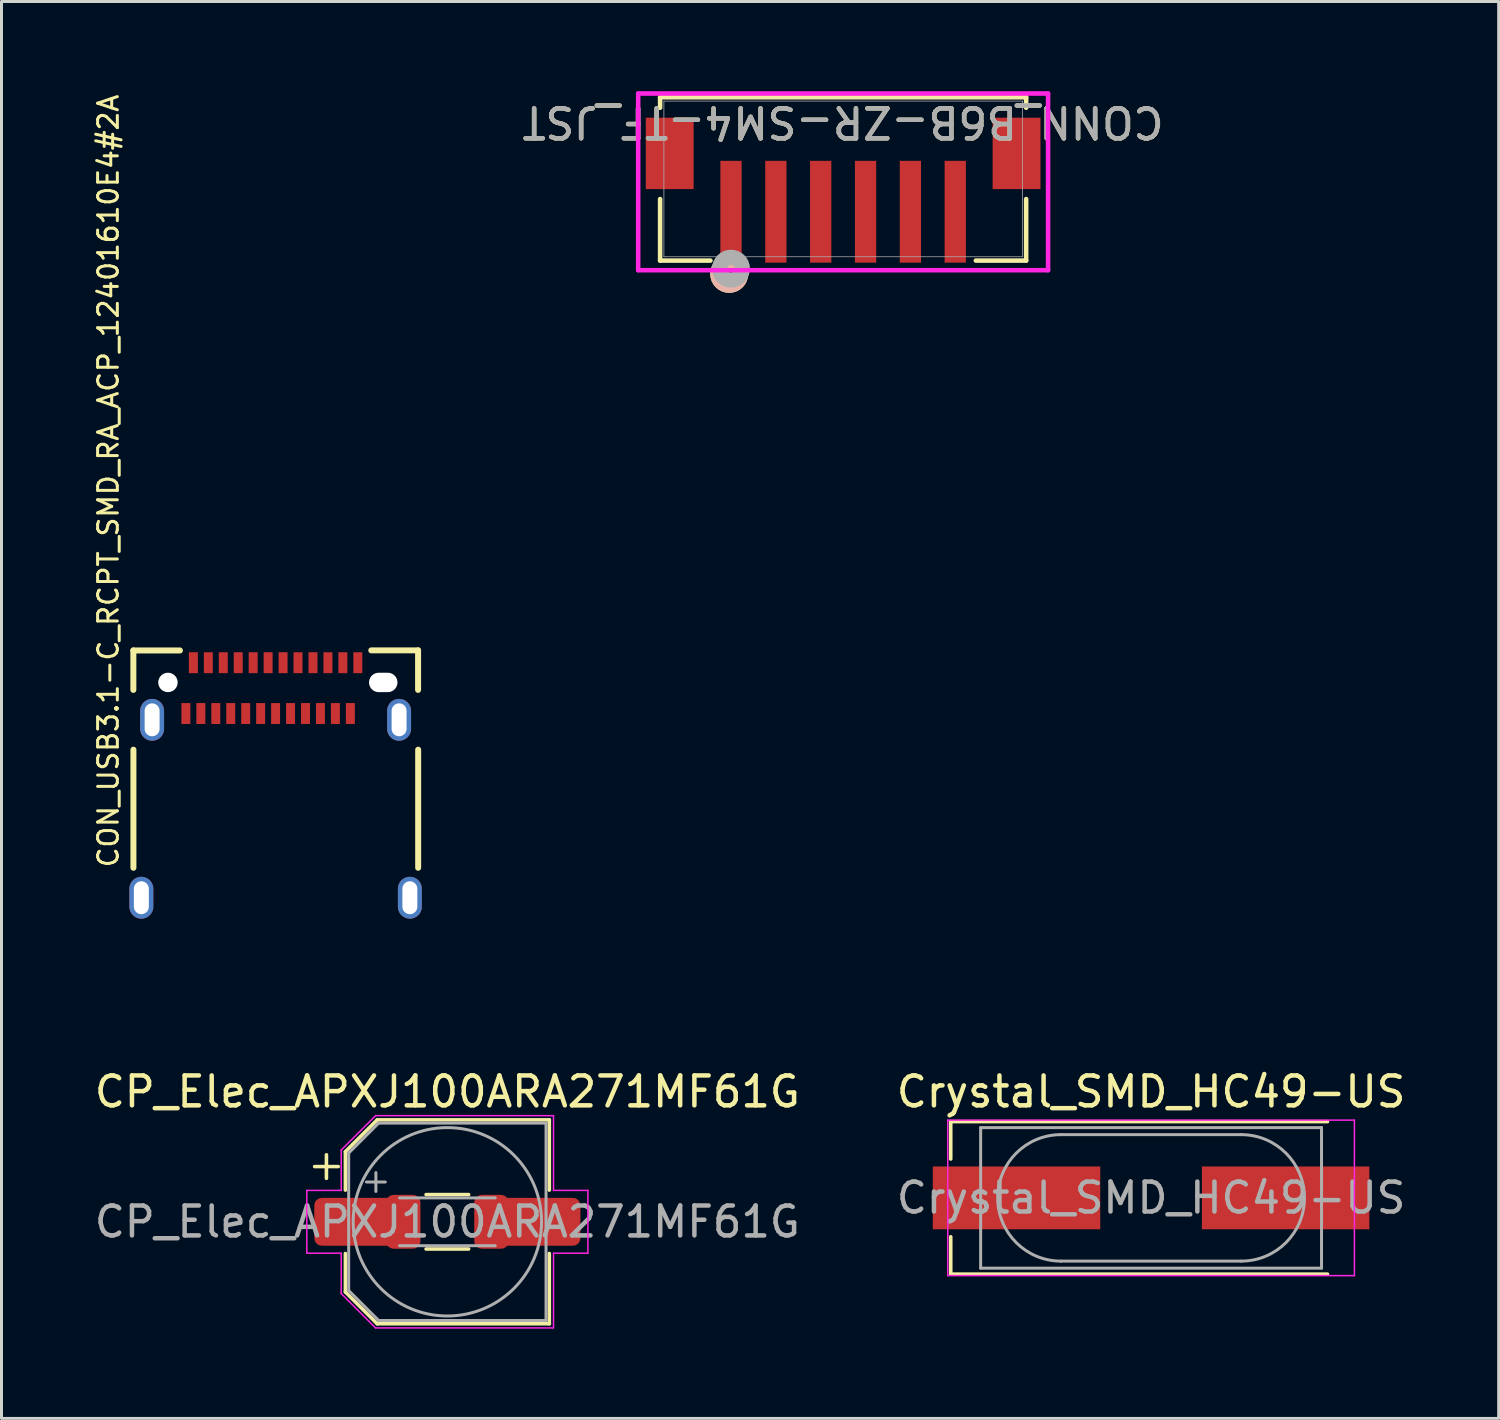
<source format=kicad_pcb>
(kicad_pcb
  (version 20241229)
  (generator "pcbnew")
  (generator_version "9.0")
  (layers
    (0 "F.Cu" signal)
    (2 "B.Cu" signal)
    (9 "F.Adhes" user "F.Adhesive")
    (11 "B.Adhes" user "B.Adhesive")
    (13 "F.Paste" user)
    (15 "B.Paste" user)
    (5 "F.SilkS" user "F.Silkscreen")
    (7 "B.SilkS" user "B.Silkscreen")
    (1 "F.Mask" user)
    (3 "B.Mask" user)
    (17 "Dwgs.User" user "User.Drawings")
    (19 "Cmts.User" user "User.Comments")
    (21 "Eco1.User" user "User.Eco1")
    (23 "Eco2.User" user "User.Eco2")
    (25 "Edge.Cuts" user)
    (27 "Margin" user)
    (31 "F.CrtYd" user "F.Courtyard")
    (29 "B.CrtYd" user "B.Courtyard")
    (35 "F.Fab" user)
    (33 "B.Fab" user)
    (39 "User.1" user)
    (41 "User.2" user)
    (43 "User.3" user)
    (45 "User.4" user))
  (footprint "CON_USB3.1-C_RCPT_SMD_RA_ACP_12401610E4#2A"
    (layer "F.Cu")
    (at 6.167 24.113)
    (property "Reference" "CON_USB3.1-C_RCPT_SMD_RA_ACP_12401610E4#2A" (at -5.207 1.905 90) (unlocked yes) (layer "F.SilkS") (effects (font (size 0.66 0.66) (thickness 0.1) (bold yes)) (justify left bottom)))
    (attr through_hole)
    (fp_line (start -4.757 -5.41) (end -3.2 -5.41) (stroke (width 0.2) (type solid)) (layer "F.SilkS"))
    (fp_line (start -4.757 -4.09) (end -4.757 -5.41) (stroke (width 0.2) (type solid)) (layer "F.SilkS"))
    (fp_line (start -4.755 1.859) (end -4.755 -2.091) (stroke (width 0.2) (type solid)) (layer "F.SilkS"))
    (fp_line (start 3.2 -5.413) (end 4.765 -5.413) (stroke (width 0.2) (type solid)) (layer "F.SilkS"))
    (fp_line (start 4.765 -4.09) (end 4.765 -5.413) (stroke (width 0.2) (type solid)) (layer "F.SilkS"))
    (fp_line (start 4.768 1.859) (end 4.768 -2.091) (stroke (width 0.2) (type solid)) (layer "F.SilkS"))
    (fp_line (start -5.09 -5.6) (end 5.09 -5.6) (stroke (width 0.1) (type solid)) (layer "Eco1.User"))
    (fp_line (start -5.09 5.45) (end -5.09 -5.55) (stroke (width 0.1) (type solid)) (layer "Eco1.User"))
    (fp_line (start -5.09 5.45) (end 5.09 5.45) (stroke (width 0.1) (type solid)) (layer "Eco1.User"))
    (fp_line (start -0.35 0) (end 0.35 0) (stroke (width 0.1) (type solid)) (layer "Eco1.User"))
    (fp_line (start 0 0.35) (end 0 -0.35) (stroke (width 0.1) (type solid)) (layer "Eco1.User"))
    (fp_line (start 5.09 5.45) (end 5.09 -5.55) (stroke (width 0.1) (type solid)) (layer "Eco1.User"))
    (fp_line (start -4.6 -5.25) (end 4.6 -5.25) (stroke (width 0.1) (type solid)) (layer "Eco2.User"))
    (fp_line (start -4.6 5.25) (end -4.6 -5.25) (stroke (width 0.1) (type solid)) (layer "Eco2.User"))
    (fp_line (start -4.6 5.25) (end 4.6 5.25) (stroke (width 0.1) (type solid)) (layer "Eco2.User"))
    (fp_line (start 4.6 5.25) (end 4.6 -5.25) (stroke (width 0.1) (type solid)) (layer "Eco2.User"))
    (pad "" np_thru_hole circle (at -3.6 -4.34) (size 0.65 0.65) (drill 0.65) (layers "*.Cu" "*.Mask"))
    (pad "" np_thru_hole oval (at 3.6 -4.34) (size 0.95 0.65) (drill oval 0.95 0.65) (layers "*.Cu" "*.Mask"))
    (pad "25" thru_hole oval (at -4.49 2.86 90) (size 1.4 0.8) (drill oval 1.1 0.5) (layers "*.Cu" "*.Mask"))
    (pad "25" thru_hole oval (at -4.13 -3.09 90) (size 1.4 0.8) (drill oval 1.1 0.5) (layers "*.Cu" "*.Mask"))
    (pad "25" thru_hole oval (at 4.13 -3.09 90) (size 1.4 0.8) (drill oval 1.1 0.5) (layers "*.Cu" "*.Mask"))
    (pad "25" thru_hole oval (at 4.49 2.86 90) (size 1.4 0.8) (drill oval 1.1 0.5) (layers "*.Cu" "*.Mask"))
    (pad "A1" smd rect (at -2.75 -5 90) (size 0.7 0.3) (layers "F.Cu" "F.Mask" "F.Paste"))
    (pad "A2" smd rect (at -2.25 -5 90) (size 0.7 0.3) (layers "F.Cu" "F.Mask" "F.Paste"))
    (pad "A3" smd rect (at -1.75 -5 90) (size 0.7 0.3) (layers "F.Cu" "F.Mask" "F.Paste"))
    (pad "A4" smd rect (at -1.25 -5 90) (size 0.7 0.3) (layers "F.Cu" "F.Mask" "F.Paste"))
    (pad "A5" smd rect (at -0.75 -5 90) (size 0.7 0.3) (layers "F.Cu" "F.Mask" "F.Paste"))
    (pad "A6" smd rect (at -0.25 -5 90) (size 0.7 0.3) (layers "F.Cu" "F.Mask" "F.Paste"))
    (pad "A7" smd rect (at 0.25 -5 90) (size 0.7 0.3) (layers "F.Cu" "F.Mask" "F.Paste"))
    (pad "A8" smd rect (at 0.75 -5 90) (size 0.7 0.3) (layers "F.Cu" "F.Mask" "F.Paste"))
    (pad "A9" smd rect (at 1.25 -5 90) (size 0.7 0.3) (layers "F.Cu" "F.Mask" "F.Paste"))
    (pad "A10" smd rect (at 1.75 -5 90) (size 0.7 0.3) (layers "F.Cu" "F.Mask" "F.Paste"))
    (pad "A11" smd rect (at 2.25 -5 90) (size 0.7 0.3) (layers "F.Cu" "F.Mask" "F.Paste"))
    (pad "A12" smd rect (at 2.75 -5 90) (size 0.7 0.3) (layers "F.Cu" "F.Mask" "F.Paste"))
    (pad "B1" smd rect (at 2.5 -3.3 90) (size 0.7 0.3) (layers "F.Cu" "F.Mask" "F.Paste"))
    (pad "B2" smd rect (at 2 -3.3 90) (size 0.7 0.3) (layers "F.Cu" "F.Mask" "F.Paste"))
    (pad "B3" smd rect (at 1.5 -3.3 90) (size 0.7 0.3) (layers "F.Cu" "F.Mask" "F.Paste"))
    (pad "B4" smd rect (at 1 -3.3 90) (size 0.7 0.3) (layers "F.Cu" "F.Mask" "F.Paste"))
    (pad "B5" smd rect (at 0.5 -3.3 90) (size 0.7 0.3) (layers "F.Cu" "F.Mask" "F.Paste"))
    (pad "B6" smd rect (at 0 -3.3 90) (size 0.7 0.3) (layers "F.Cu" "F.Mask" "F.Paste"))
    (pad "B7" smd rect (at -0.5 -3.3 90) (size 0.7 0.3) (layers "F.Cu" "F.Mask" "F.Paste"))
    (pad "B8" smd rect (at -1 -3.3 90) (size 0.7 0.3) (layers "F.Cu" "F.Mask" "F.Paste"))
    (pad "B9" smd rect (at -1.5 -3.3 90) (size 0.7 0.3) (layers "F.Cu" "F.Mask" "F.Paste"))
    (pad "B10" smd rect (at -2 -3.3 90) (size 0.7 0.3) (layers "F.Cu" "F.Mask" "F.Paste"))
    (pad "B11" smd rect (at -2.5 -3.3 90) (size 0.7 0.3) (layers "F.Cu" "F.Mask" "F.Paste"))
    (pad "B12" smd rect (at -3 -3.3 90) (size 0.7 0.3) (layers "F.Cu" "F.Mask" "F.Paste")))
  (footprint "CONN_B6B-ZR-SM4-TF_JST"
    (layer "F.Cu")
    (at 25.147 2.934)
    (property "Reference" "CONN_B6B-ZR-SM4-TF_JST" (at 0 -1.905 180) (unlocked yes) (layer "F.SilkS") (effects (font (size 1 1) (thickness 0.15))))
    (attr smd)
    (fp_line (start -6.121 -2.731) (end -6.121 -2.38) (stroke (width 0.152) (type solid)) (layer "F.SilkS"))
    (fp_line (start -6.121 0.673) (end -6.121 2.731) (stroke (width 0.152) (type solid)) (layer "F.SilkS"))
    (fp_line (start -6.121 2.731) (end -4.438 2.731) (stroke (width 0.152) (type solid)) (layer "F.SilkS"))
    (fp_line (start 4.438 2.731) (end 6.121 2.731) (stroke (width 0.152) (type solid)) (layer "F.SilkS"))
    (fp_line (start 6.121 -2.731) (end -6.121 -2.731) (stroke (width 0.152) (type solid)) (layer "F.SilkS"))
    (fp_line (start 6.121 -2.38) (end 6.121 -2.731) (stroke (width 0.152) (type solid)) (layer "F.SilkS"))
    (fp_line (start 6.121 2.731) (end 6.121 0.673) (stroke (width 0.152) (type solid)) (layer "F.SilkS"))
    (fp_circle (center -3.81 3.175) (end -3.429 3.175) (stroke (width 0.508) (type solid)) (fill no) (layer "F.SilkS"))
    (fp_circle (center -3.81 3.175) (end -3.429 3.175) (stroke (width 0.508) (type solid)) (fill no) (layer "B.SilkS"))
    (fp_line (start -6.854 -2.857) (end -6.854 3.052) (stroke (width 0.152) (type solid)) (layer "F.CrtYd"))
    (fp_line (start -6.854 3.052) (end 6.854 3.052) (stroke (width 0.152) (type solid)) (layer "F.CrtYd"))
    (fp_line (start 6.854 -2.857) (end -6.854 -2.857) (stroke (width 0.152) (type solid)) (layer "F.CrtYd"))
    (fp_line (start 6.854 3.052) (end 6.854 -2.857) (stroke (width 0.152) (type solid)) (layer "F.CrtYd"))
    (fp_line (start -5.994 -2.603) (end -5.994 2.603) (stroke (width 0.025) (type solid)) (layer "F.Fab"))
    (fp_line (start -5.994 2.603) (end 5.994 2.603) (stroke (width 0.025) (type solid)) (layer "F.Fab"))
    (fp_line (start 5.994 -2.603) (end -5.994 -2.603) (stroke (width 0.025) (type solid)) (layer "F.Fab"))
    (fp_line (start 5.994 2.603) (end 5.994 -2.603) (stroke (width 0.025) (type solid)) (layer "F.Fab"))
    (fp_circle (center -3.75 3.002) (end -3.369 3.002) (stroke (width 0.508) (type solid)) (fill no) (layer "F.Fab"))
    (fp_text user "${REFERENCE}" (at 0 -1.905 180) (unlocked yes) (layer "F.Fab") (effects (font (size 1 1) (thickness 0.15))))
    (pad "1" smd rect (at -3.75 1.097 180) (size 0.711 3.404) (layers "F.Cu" "F.Mask" "F.Paste"))
    (pad "2" smd rect (at -2.25 1.097 180) (size 0.711 3.404) (layers "F.Cu" "F.Mask" "F.Paste"))
    (pad "3" smd rect (at -0.75 1.097 180) (size 0.711 3.404) (layers "F.Cu" "F.Mask" "F.Paste"))
    (pad "4" smd rect (at 0.75 1.097 180) (size 0.711 3.404) (layers "F.Cu" "F.Mask" "F.Paste"))
    (pad "5" smd rect (at 2.25 1.097 180) (size 0.711 3.404) (layers "F.Cu" "F.Mask" "F.Paste"))
    (pad "6" smd rect (at 3.75 1.097 180) (size 0.711 3.404) (layers "F.Cu" "F.Mask" "F.Paste"))
    (pad "MP" smd rect (at -5.8 -0.854 180) (size 1.6 2.388) (layers "F.Cu" "F.Mask" "F.Paste"))
    (pad "MP" smd rect (at 5.8 -0.854 180) (size 1.6 2.388) (layers "F.Cu" "F.Mask" "F.Paste")))
  (footprint "CP_Elec_APXJ100ARA271MF61G"
    (layer "F.Cu")
    (at 11.911 37.811)
    (property "Reference" "CP_Elec_APXJ100ARA271MF61G" (at 0 -4.35 0) (layer "F.SilkS") (effects (font (size 1 1) (thickness 0.15))))
    (attr smd)
    (fp_line (start -4.438 -1.847) (end -3.65 -1.847) (stroke (width 0.12) (type solid)) (layer "F.SilkS"))
    (fp_line (start -4.044 -2.241) (end -4.044 -1.454) (stroke (width 0.12) (type solid)) (layer "F.SilkS"))
    (fp_line (start -3.41 -2.346) (end -3.41 -1.06) (stroke (width 0.12) (type solid)) (layer "F.SilkS"))
    (fp_line (start -3.41 -2.346) (end -2.346 -3.41) (stroke (width 0.12) (type solid)) (layer "F.SilkS"))
    (fp_line (start -3.41 2.346) (end -3.41 1.06) (stroke (width 0.12) (type solid)) (layer "F.SilkS"))
    (fp_line (start -3.41 2.346) (end -2.346 3.41) (stroke (width 0.12) (type solid)) (layer "F.SilkS"))
    (fp_line (start -2.346 -3.41) (end 3.41 -3.41) (stroke (width 0.12) (type solid)) (layer "F.SilkS"))
    (fp_line (start -2.346 3.41) (end 3.41 3.41) (stroke (width 0.12) (type solid)) (layer "F.SilkS"))
    (fp_line (start -0.711 -0.91) (end 0.711 -0.91) (stroke (width 0.12) (type solid)) (layer "F.SilkS"))
    (fp_line (start -0.711 0.91) (end 0.711 0.91) (stroke (width 0.12) (type solid)) (layer "F.SilkS"))
    (fp_line (start 3.41 -3.41) (end 3.41 -1.06) (stroke (width 0.12) (type solid)) (layer "F.SilkS"))
    (fp_line (start 3.41 3.41) (end 3.41 1.06) (stroke (width 0.12) (type solid)) (layer "F.SilkS"))
    (fp_line (start -4.7 -1.05) (end -4.7 1.05) (stroke (width 0.05) (type solid)) (layer "F.CrtYd"))
    (fp_line (start -4.7 1.05) (end -3.55 1.05) (stroke (width 0.05) (type solid)) (layer "F.CrtYd"))
    (fp_line (start -3.55 -2.4) (end -3.55 -1.05) (stroke (width 0.05) (type solid)) (layer "F.CrtYd"))
    (fp_line (start -3.55 -2.4) (end -2.4 -3.55) (stroke (width 0.05) (type solid)) (layer "F.CrtYd"))
    (fp_line (start -3.55 -1.05) (end -4.7 -1.05) (stroke (width 0.05) (type solid)) (layer "F.CrtYd"))
    (fp_line (start -3.55 1.05) (end -3.55 2.4) (stroke (width 0.05) (type solid)) (layer "F.CrtYd"))
    (fp_line (start -3.55 2.4) (end -2.4 3.55) (stroke (width 0.05) (type solid)) (layer "F.CrtYd"))
    (fp_line (start -2.4 -3.55) (end 3.55 -3.55) (stroke (width 0.05) (type solid)) (layer "F.CrtYd"))
    (fp_line (start -2.4 3.55) (end 3.55 3.55) (stroke (width 0.05) (type solid)) (layer "F.CrtYd"))
    (fp_line (start 3.55 -3.55) (end 3.55 -1.05) (stroke (width 0.05) (type solid)) (layer "F.CrtYd"))
    (fp_line (start 3.55 -1.05) (end 4.7 -1.05) (stroke (width 0.05) (type solid)) (layer "F.CrtYd"))
    (fp_line (start 3.55 1.05) (end 3.55 3.55) (stroke (width 0.05) (type solid)) (layer "F.CrtYd"))
    (fp_line (start 4.7 -1.05) (end 4.7 1.05) (stroke (width 0.05) (type solid)) (layer "F.CrtYd"))
    (fp_line (start 4.7 1.05) (end 3.55 1.05) (stroke (width 0.05) (type solid)) (layer "F.CrtYd"))
    (fp_line (start -3.3 -2.3) (end -3.3 2.3) (stroke (width 0.1) (type solid)) (layer "F.Fab"))
    (fp_line (start -3.3 -2.3) (end -2.3 -3.3) (stroke (width 0.1) (type solid)) (layer "F.Fab"))
    (fp_line (start -3.3 2.3) (end -2.3 3.3) (stroke (width 0.1) (type solid)) (layer "F.Fab"))
    (fp_line (start -2.705 -1.33) (end -2.075 -1.33) (stroke (width 0.1) (type solid)) (layer "F.Fab"))
    (fp_line (start -2.39 -1.645) (end -2.39 -1.015) (stroke (width 0.1) (type solid)) (layer "F.Fab"))
    (fp_line (start -2.3 -3.3) (end 3.3 -3.3) (stroke (width 0.1) (type solid)) (layer "F.Fab"))
    (fp_line (start -2.3 3.3) (end 3.3 3.3) (stroke (width 0.1) (type solid)) (layer "F.Fab"))
    (fp_line (start -1.6 -0.8) (end 1.6 -0.8) (stroke (width 0.1) (type solid)) (layer "F.Fab"))
    (fp_line (start 1.6 0.8) (end -1.6 0.8) (stroke (width 0.1) (type solid)) (layer "F.Fab"))
    (fp_line (start 3.3 -3.3) (end 3.3 3.3) (stroke (width 0.1) (type solid)) (layer "F.Fab"))
    (fp_circle (center 0 0) (end 3.15 0) (stroke (width 0.1) (type solid)) (fill no) (layer "F.Fab"))
    (fp_text user "${REFERENCE}" (at 0 0 0) (layer "F.Fab") (effects (font (size 1 1) (thickness 0.15))))
    (pad "1" smd roundrect (at -2.7 0) (size 3.5 1.6) (layers "F.Cu" "F.Mask" "F.Paste") (roundrect_rratio 0.156))
    (pad "1" smd roundrect (at -1.475 0) (size 1.15 1.8) (layers "F.Cu" "F.Mask" "F.Paste") (roundrect_rratio 0.217))
    (pad "2" smd roundrect (at 1.475 0) (size 1.15 1.8) (layers "F.Cu" "F.Mask" "F.Paste") (roundrect_rratio 0.217))
    (pad "2" smd roundrect (at 2.7 0) (size 3.5 1.6) (layers "F.Cu" "F.Mask" "F.Paste") (roundrect_rratio 0.156)))
  (footprint "Crystal_SMD_HC49-US"
    (layer "F.Cu")
    (at 35.446 37.011)
    (property "Reference" "Crystal_SMD_HC49-US" (at 0 -3.55 0) (layer "F.SilkS") (effects (font (size 1 1) (thickness 0.15))))
    (attr smd)
    (fp_line (start -6.7 -2.55) (end -6.7 -1.3) (stroke (width 0.12) (type solid)) (layer "F.SilkS"))
    (fp_line (start -6.7 1.3) (end -6.7 2.55) (stroke (width 0.12) (type solid)) (layer "F.SilkS"))
    (fp_line (start -6.7 2.55) (end 5.9 2.55) (stroke (width 0.12) (type solid)) (layer "F.SilkS"))
    (fp_line (start 5.9 -2.55) (end -6.7 -2.55) (stroke (width 0.12) (type solid)) (layer "F.SilkS"))
    (fp_line (start -6.8 -2.6) (end -6.8 2.6) (stroke (width 0.05) (type solid)) (layer "F.CrtYd"))
    (fp_line (start -6.8 2.6) (end 6.8 2.6) (stroke (width 0.05) (type solid)) (layer "F.CrtYd"))
    (fp_line (start 6.8 -2.6) (end -6.8 -2.6) (stroke (width 0.05) (type solid)) (layer "F.CrtYd"))
    (fp_line (start 6.8 2.6) (end 6.8 -2.6) (stroke (width 0.05) (type solid)) (layer "F.CrtYd"))
    (fp_line (start -5.7 -2.35) (end -5.7 2.35) (stroke (width 0.1) (type solid)) (layer "F.Fab"))
    (fp_line (start -5.7 2.35) (end 5.7 2.35) (stroke (width 0.1) (type solid)) (layer "F.Fab"))
    (fp_line (start -3.015 -2.115) (end 3.015 -2.115) (stroke (width 0.1) (type solid)) (layer "F.Fab"))
    (fp_line (start -3.015 2.115) (end 3.015 2.115) (stroke (width 0.1) (type solid)) (layer "F.Fab"))
    (fp_line (start 5.7 -2.35) (end -5.7 -2.35) (stroke (width 0.1) (type solid)) (layer "F.Fab"))
    (fp_line (start 5.7 2.35) (end 5.7 -2.35) (stroke (width 0.1) (type solid)) (layer "F.Fab"))
    (fp_arc (start -3.015 2.115) (mid -5.13 0) (end -3.015 -2.115) (stroke (width 0.1) (type solid)) (layer "F.Fab"))
    (fp_arc (start 3.015 -2.115) (mid 5.13 0) (end 3.015 2.115) (stroke (width 0.1) (type solid)) (layer "F.Fab"))
    (fp_text user "${REFERENCE}" (at 0 0 0) (layer "F.Fab") (effects (font (size 1 1) (thickness 0.15))))
    (pad "1" smd rect (at -4.5 0) (size 5.6 2.1) (layers "F.Cu" "F.Mask" "F.Paste"))
    (pad "2" smd rect (at 4.5 0) (size 5.6 2.1) (layers "F.Cu" "F.Mask" "F.Paste")))
  (gr_rect
    (start -3 -3)
    (end 47.071 44.386)
    (stroke (width 0.1) (type default))
    (fill no)
    (layer "Edge.Cuts")))
</source>
